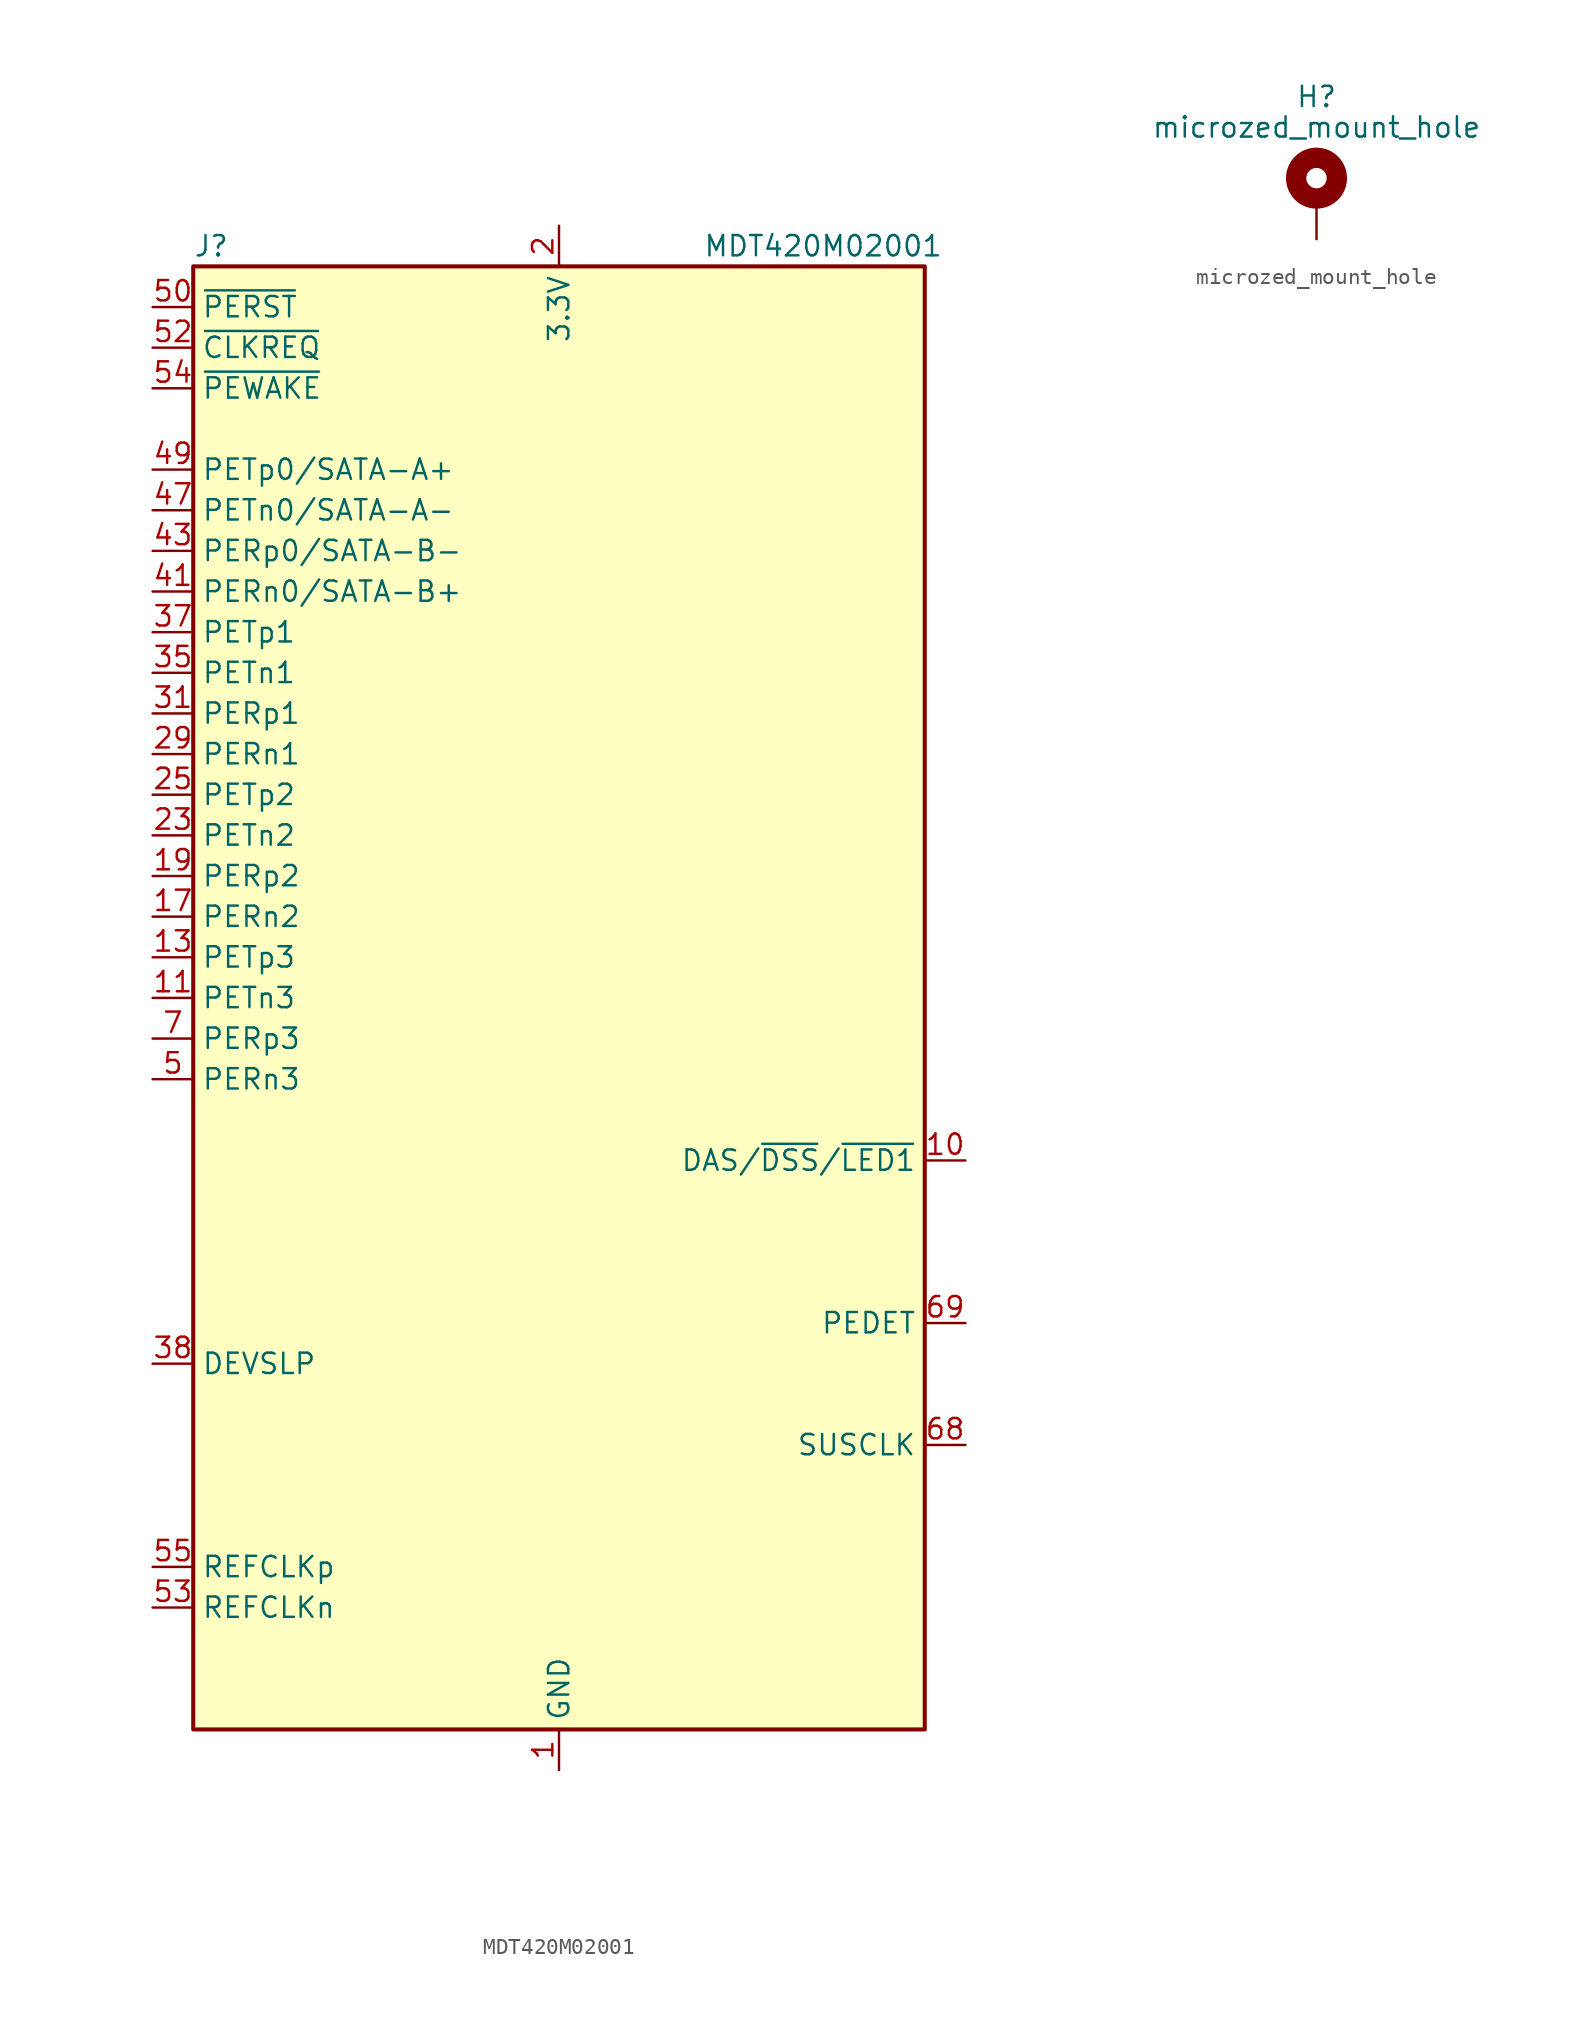
<source format=kicad_sym>
(kicad_symbol_lib
  (version 20211014)
  (generator kicad_symbol_editor)
  (symbol "MDT420M02001"
    (property "Reference" "J"
      (at -22.86 46.99 0)
      (effects (font (size 1.27 1.27)) (justify left)))
    (property "Value" "MDT420M02001"
      (at 16.51 46.99 0)
      (effects (font (size 1.27 1.27))))
    (symbol "MDT420M02001_0_1"
      (rectangle (start -22.86 45.72) (end 22.86 -45.72) (stroke (width 0.254) (type default) (color 0 0 0 0)) (fill (type background))))
    (symbol "MDT420M02001_1_1"
      (pin power_in line (at 0 -48.26 90) (length 2.54) (name "GND" (effects (font (size 1.27 1.27)))) (number "1" (effects (font (size 1.27 1.27)))))
      (pin bidirectional line (at 25.4 -10.16 180) (length 2.54) (name "DAS/~{DSS}/~{LED1}" (effects (font (size 1.27 1.27)))) (number "10" (effects (font (size 1.27 1.27)))))
      (pin output line (at -25.4 0 0) (length 2.54) (name "PETn3" (effects (font (size 1.27 1.27)))) (number "11" (effects (font (size 1.27 1.27)))))
      (pin passive line (at 0 48.26 270) (length 2.54) hide (name "3.3V" (effects (font (size 1.27 1.27)))) (number "12" (effects (font (size 1.27 1.27)))))
      (pin output line (at -25.4 2.54 0) (length 2.54) (name "PETp3" (effects (font (size 1.27 1.27)))) (number "13" (effects (font (size 1.27 1.27)))))
      (pin passive line (at 0 48.26 270) (length 2.54) hide (name "3.3V" (effects (font (size 1.27 1.27)))) (number "14" (effects (font (size 1.27 1.27)))))
      (pin passive line (at 0 -48.26 90) (length 2.54) hide (name "GND" (effects (font (size 1.27 1.27)))) (number "15" (effects (font (size 1.27 1.27)))))
      (pin passive line (at 0 48.26 270) (length 2.54) hide (name "3.3V" (effects (font (size 1.27 1.27)))) (number "16" (effects (font (size 1.27 1.27)))))
      (pin input line (at -25.4 5.08 0) (length 2.54) (name "PERn2" (effects (font (size 1.27 1.27)))) (number "17" (effects (font (size 1.27 1.27)))))
      (pin passive line (at 0 48.26 270) (length 2.54) hide (name "3.3V" (effects (font (size 1.27 1.27)))) (number "18" (effects (font (size 1.27 1.27)))))
      (pin input line (at -25.4 7.62 0) (length 2.54) (name "PERp2" (effects (font (size 1.27 1.27)))) (number "19" (effects (font (size 1.27 1.27)))))
      (pin power_in line (at 0 48.26 270) (length 2.54) (name "3.3V" (effects (font (size 1.27 1.27)))) (number "2" (effects (font (size 1.27 1.27)))))
      (pin no_connect line (at 22.86 2.54 180) (length 2.54) hide (name "NC" (effects (font (size 1.27 1.27)))) (number "20" (effects (font (size 1.27 1.27)))))
      (pin passive line (at 0 -48.26 90) (length 2.54) hide (name "GND" (effects (font (size 1.27 1.27)))) (number "21" (effects (font (size 1.27 1.27)))))
      (pin no_connect line (at 22.86 5.08 180) (length 2.54) hide (name "NC" (effects (font (size 1.27 1.27)))) (number "22" (effects (font (size 1.27 1.27)))))
      (pin output line (at -25.4 10.16 0) (length 2.54) (name "PETn2" (effects (font (size 1.27 1.27)))) (number "23" (effects (font (size 1.27 1.27)))))
      (pin no_connect line (at 22.86 7.62 180) (length 2.54) hide (name "NC" (effects (font (size 1.27 1.27)))) (number "24" (effects (font (size 1.27 1.27)))))
      (pin output line (at -25.4 12.7 0) (length 2.54) (name "PETp2" (effects (font (size 1.27 1.27)))) (number "25" (effects (font (size 1.27 1.27)))))
      (pin no_connect line (at 22.86 10.16 180) (length 2.54) hide (name "NC" (effects (font (size 1.27 1.27)))) (number "26" (effects (font (size 1.27 1.27)))))
      (pin passive line (at 0 -48.26 90) (length 2.54) hide (name "GND" (effects (font (size 1.27 1.27)))) (number "27" (effects (font (size 1.27 1.27)))))
      (pin no_connect line (at 22.86 12.7 180) (length 2.54) hide (name "NC" (effects (font (size 1.27 1.27)))) (number "28" (effects (font (size 1.27 1.27)))))
      (pin input line (at -25.4 15.24 0) (length 2.54) (name "PERn1" (effects (font (size 1.27 1.27)))) (number "29" (effects (font (size 1.27 1.27)))))
      (pin passive line (at 0 -48.26 90) (length 2.54) hide (name "GND" (effects (font (size 1.27 1.27)))) (number "3" (effects (font (size 1.27 1.27)))))
      (pin no_connect line (at 22.86 15.24 180) (length 2.54) hide (name "NC" (effects (font (size 1.27 1.27)))) (number "30" (effects (font (size 1.27 1.27)))))
      (pin input line (at -25.4 17.78 0) (length 2.54) (name "PERp1" (effects (font (size 1.27 1.27)))) (number "31" (effects (font (size 1.27 1.27)))))
      (pin no_connect line (at 22.86 17.78 180) (length 2.54) hide (name "NC" (effects (font (size 1.27 1.27)))) (number "32" (effects (font (size 1.27 1.27)))))
      (pin passive line (at 0 -48.26 90) (length 2.54) hide (name "GND" (effects (font (size 1.27 1.27)))) (number "33" (effects (font (size 1.27 1.27)))))
      (pin no_connect line (at 22.86 20.32 180) (length 2.54) hide (name "NC" (effects (font (size 1.27 1.27)))) (number "34" (effects (font (size 1.27 1.27)))))
      (pin output line (at -25.4 20.32 0) (length 2.54) (name "PETn1" (effects (font (size 1.27 1.27)))) (number "35" (effects (font (size 1.27 1.27)))))
      (pin no_connect line (at 22.86 22.86 180) (length 2.54) hide (name "NC" (effects (font (size 1.27 1.27)))) (number "36" (effects (font (size 1.27 1.27)))))
      (pin output line (at -25.4 22.86 0) (length 2.54) (name "PETp1" (effects (font (size 1.27 1.27)))) (number "37" (effects (font (size 1.27 1.27)))))
      (pin output line (at -25.4 -22.86 0) (length 2.54) (name "DEVSLP" (effects (font (size 1.27 1.27)))) (number "38" (effects (font (size 1.27 1.27)))))
      (pin passive line (at 0 -48.26 90) (length 2.54) hide (name "GND" (effects (font (size 1.27 1.27)))) (number "39" (effects (font (size 1.27 1.27)))))
      (pin passive line (at 0 48.26 270) (length 2.54) hide (name "3.3V" (effects (font (size 1.27 1.27)))) (number "4" (effects (font (size 1.27 1.27)))))
      (pin no_connect line (at 22.86 25.4 180) (length 2.54) hide (name "NC" (effects (font (size 1.27 1.27)))) (number "40" (effects (font (size 1.27 1.27)))))
      (pin input line (at -25.4 25.4 0) (length 2.54) (name "PERn0/SATA-B+" (effects (font (size 1.27 1.27)))) (number "41" (effects (font (size 1.27 1.27)))))
      (pin no_connect line (at 22.86 27.94 180) (length 2.54) hide (name "NC" (effects (font (size 1.27 1.27)))) (number "42" (effects (font (size 1.27 1.27)))))
      (pin input line (at -25.4 27.94 0) (length 2.54) (name "PERp0/SATA-B-" (effects (font (size 1.27 1.27)))) (number "43" (effects (font (size 1.27 1.27)))))
      (pin no_connect line (at 22.86 30.48 180) (length 2.54) hide (name "NC" (effects (font (size 1.27 1.27)))) (number "44" (effects (font (size 1.27 1.27)))))
      (pin passive line (at 0 -48.26 90) (length 2.54) hide (name "GND" (effects (font (size 1.27 1.27)))) (number "45" (effects (font (size 1.27 1.27)))))
      (pin no_connect line (at 22.86 33.02 180) (length 2.54) hide (name "NC" (effects (font (size 1.27 1.27)))) (number "46" (effects (font (size 1.27 1.27)))))
      (pin output line (at -25.4 30.48 0) (length 2.54) (name "PETn0/SATA-A-" (effects (font (size 1.27 1.27)))) (number "47" (effects (font (size 1.27 1.27)))))
      (pin no_connect line (at 22.86 35.56 180) (length 2.54) hide (name "NC" (effects (font (size 1.27 1.27)))) (number "48" (effects (font (size 1.27 1.27)))))
      (pin output line (at -25.4 33.02 0) (length 2.54) (name "PETp0/SATA-A+" (effects (font (size 1.27 1.27)))) (number "49" (effects (font (size 1.27 1.27)))))
      (pin input line (at -25.4 -5.08 0) (length 2.54) (name "PERn3" (effects (font (size 1.27 1.27)))) (number "5" (effects (font (size 1.27 1.27)))))
      (pin output line (at -25.4 43.18 0) (length 2.54) (name "~{PERST}" (effects (font (size 1.27 1.27)))) (number "50" (effects (font (size 1.27 1.27)))))
      (pin passive line (at 0 -48.26 90) (length 2.54) hide (name "GND" (effects (font (size 1.27 1.27)))) (number "51" (effects (font (size 1.27 1.27)))))
      (pin bidirectional line (at -25.4 40.64 0) (length 2.54) (name "~{CLKREQ}" (effects (font (size 1.27 1.27)))) (number "52" (effects (font (size 1.27 1.27)))))
      (pin output line (at -25.4 -38.1 0) (length 2.54) (name "REFCLKn" (effects (font (size 1.27 1.27)))) (number "53" (effects (font (size 1.27 1.27)))))
      (pin bidirectional line (at -25.4 38.1 0) (length 2.54) (name "~{PEWAKE}" (effects (font (size 1.27 1.27)))) (number "54" (effects (font (size 1.27 1.27)))))
      (pin output line (at -25.4 -35.56 0) (length 2.54) (name "REFCLKp" (effects (font (size 1.27 1.27)))) (number "55" (effects (font (size 1.27 1.27)))))
      (pin no_connect line (at 22.86 38.1 180) (length 2.54) hide (name "NC" (effects (font (size 1.27 1.27)))) (number "56" (effects (font (size 1.27 1.27)))))
      (pin passive line (at 0 -48.26 90) (length 2.54) hide (name "GND" (effects (font (size 1.27 1.27)))) (number "57" (effects (font (size 1.27 1.27)))))
      (pin no_connect line (at 22.86 40.64 180) (length 2.54) hide (name "NC" (effects (font (size 1.27 1.27)))) (number "58" (effects (font (size 1.27 1.27)))))
      (pin no_connect line (at 22.86 -2.54 180) (length 2.54) hide (name "NC" (effects (font (size 1.27 1.27)))) (number "6" (effects (font (size 1.27 1.27)))))
      (pin no_connect line (at 22.86 -5.08 180) (length 2.54) hide (name "NC" (effects (font (size 1.27 1.27)))) (number "67" (effects (font (size 1.27 1.27)))))
      (pin output line (at 25.4 -27.94 180) (length 2.54) (name "SUSCLK" (effects (font (size 1.27 1.27)))) (number "68" (effects (font (size 1.27 1.27)))))
      (pin passive line (at 25.4 -20.32 180) (length 2.54) (name "PEDET" (effects (font (size 1.27 1.27)))) (number "69" (effects (font (size 1.27 1.27)))))
      (pin input line (at -25.4 -2.54 0) (length 2.54) (name "PERp3" (effects (font (size 1.27 1.27)))) (number "7" (effects (font (size 1.27 1.27)))))
      (pin passive line (at 0 48.26 270) (length 2.54) hide (name "3.3V" (effects (font (size 1.27 1.27)))) (number "70" (effects (font (size 1.27 1.27)))))
      (pin passive line (at 0 -48.26 90) (length 2.54) hide (name "GND" (effects (font (size 1.27 1.27)))) (number "71" (effects (font (size 1.27 1.27)))))
      (pin passive line (at 0 48.26 270) (length 2.54) hide (name "3.3V" (effects (font (size 1.27 1.27)))) (number "72" (effects (font (size 1.27 1.27)))))
      (pin passive line (at 0 -48.26 90) (length 2.54) hide (name "GND" (effects (font (size 1.27 1.27)))) (number "73" (effects (font (size 1.27 1.27)))))
      (pin passive line (at 0 48.26 270) (length 2.54) hide (name "3.3V" (effects (font (size 1.27 1.27)))) (number "74" (effects (font (size 1.27 1.27)))))
      (pin passive line (at 0 -48.26 90) (length 2.54) hide (name "GND" (effects (font (size 1.27 1.27)))) (number "75" (effects (font (size 1.27 1.27)))))
      (pin no_connect line (at 22.86 0 180) (length 2.54) hide (name "NC" (effects (font (size 1.27 1.27)))) (number "8" (effects (font (size 1.27 1.27)))))
      (pin passive line (at 0 -48.26 90) (length 2.54) hide (name "GND" (effects (font (size 1.27 1.27)))) (number "9" (effects (font (size 1.27 1.27)))))))
  (symbol "microzed_mount_hole"
    (pin_numbers hide)
    (pin_names
      (offset 1.016) hide)
    (property "Reference" "H"
      (at 0 6.35 0)
      (effects (font (size 1.27 1.27))))
    (property "Value" "microzed_mount_hole"
      (at 0 4.445 0)
      (effects (font (size 1.27 1.27))))
    (symbol "microzed_mount_hole_0_1"
      (circle (center 0 1.27) (radius 1.27) (stroke (width 1.27) (type default) (color 0 0 0 0)) (fill (type none))))
    (symbol "microzed_mount_hole_1_1"
      (pin input line (at 0 -2.54 90) (length 2.54) (name "1" (effects (font (size 1.27 1.27)))) (number "1" (effects (font (size 1.27 1.27))))))))
</source>
